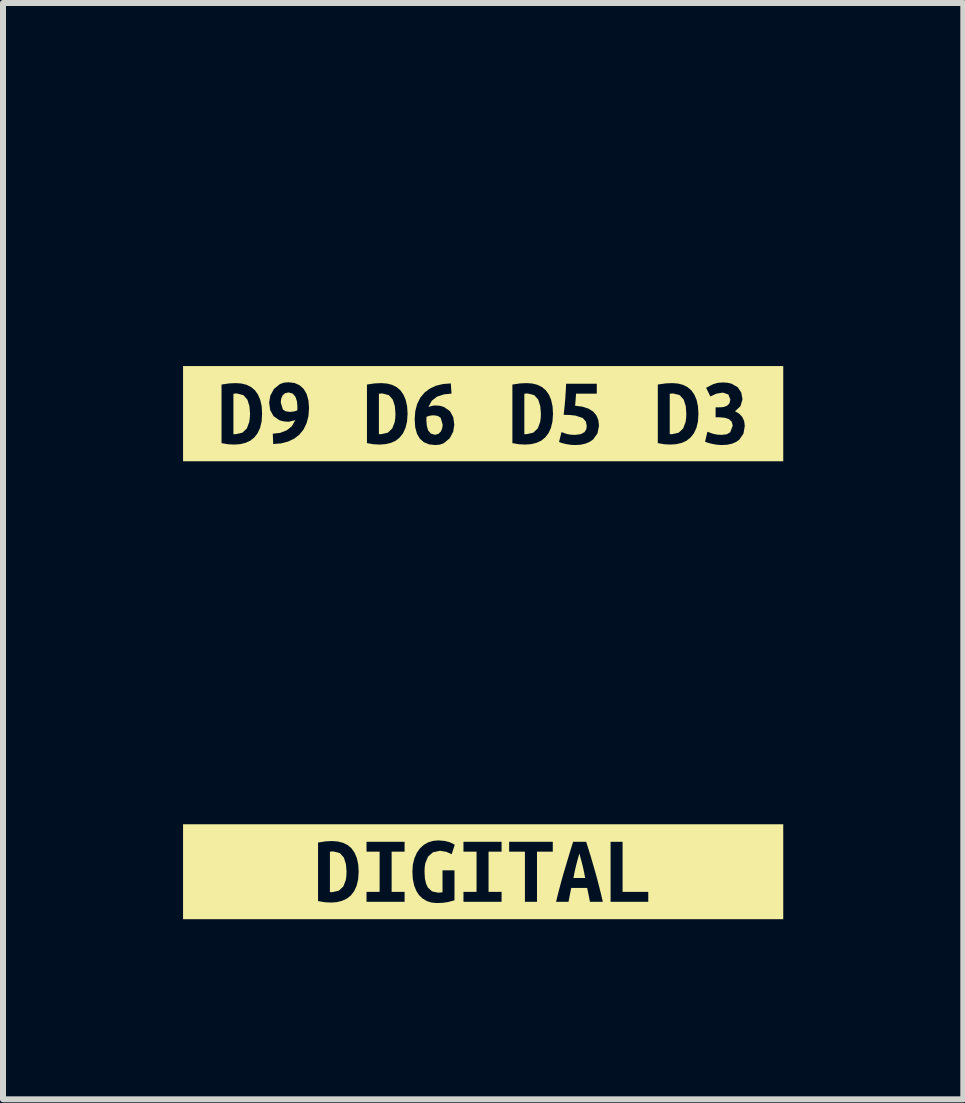
<source format=kicad_pcb>
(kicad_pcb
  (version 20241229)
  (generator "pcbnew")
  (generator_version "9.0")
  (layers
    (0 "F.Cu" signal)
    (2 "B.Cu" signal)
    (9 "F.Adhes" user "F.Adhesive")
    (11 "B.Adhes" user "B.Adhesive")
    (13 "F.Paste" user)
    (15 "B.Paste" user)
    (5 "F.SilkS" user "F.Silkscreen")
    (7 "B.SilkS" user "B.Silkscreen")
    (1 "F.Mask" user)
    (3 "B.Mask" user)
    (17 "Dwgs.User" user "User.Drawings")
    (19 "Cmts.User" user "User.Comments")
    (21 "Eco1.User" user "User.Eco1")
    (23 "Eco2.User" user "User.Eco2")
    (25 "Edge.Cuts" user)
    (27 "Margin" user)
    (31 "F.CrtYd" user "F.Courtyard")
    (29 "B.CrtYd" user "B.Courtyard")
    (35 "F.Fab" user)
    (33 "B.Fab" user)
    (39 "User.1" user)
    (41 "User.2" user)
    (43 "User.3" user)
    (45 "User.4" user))
  (footprint "kibuzzard-67A20238"
    (layer "F.Cu")
    (at 5 11.474)
    (property "Reference" "kibuzzard-67A20238" (at 0 -3.839 0) (layer "F.SilkS") (effects (font (size 0.001 0.001) (thickness 0.15))))
    (attr board_only exclude_from_pos_files exclude_from_bom)
    (fp_poly (pts (xy 1.603 -0.305) (xy 1.573 -0.198) (xy 1.547 -0.098) (xy 1.524 0.002) (xy 1.504 0.105) (xy 1.7 0.105) (xy 1.68 0.002) (xy 1.658 -0.098) (xy 1.632 -0.198) (xy 1.603 -0.305)) (stroke (width 0) (type solid)) (fill yes) (layer "F.SilkS"))
    (fp_poly (pts (xy -2.553 0.339) (xy -2.535 0.341) (xy -2.517 0.341) (xy -2.403 0.315) (xy -2.329 0.244) (xy -2.288 0.137) (xy -2.279 0.071) (xy -2.276 0) (xy -2.286 -0.126) (xy -2.32 -0.234) (xy -2.386 -0.309) (xy -2.494 -0.338) (xy -2.523 -0.337) (xy -2.553 -0.333) (xy -2.553 0.339)) (stroke (width 0) (type solid)) (fill yes) (layer "F.SilkS"))
    (fp_poly (pts (xy -5 -0.791) (xy -5 -0.791) (xy -5 0.791) (xy -5 0.791) (xy -2.538 0.791) (xy -2.538 0.514) (xy -2.642 0.508) (xy -2.751 0.489) (xy -2.751 -0.486) (xy -2.624 -0.506) (xy -2.512 -0.511) (xy -2.418 -0.503) (xy -2.332 -0.481) (xy -2.257 -0.444) (xy -2.194 -0.39) (xy -2.144 -0.319) (xy -2.106 -0.232) (xy -2.082 -0.126) (xy -2.074 0) (xy -2.083 0.129) (xy -2.109 0.237) (xy -2.15 0.325) (xy -2.205 0.396) (xy -2.272 0.449) (xy -2.351 0.485) (xy -2.44 0.507) (xy -2.538 0.514) (xy -2.538 0.791) (xy -1.943 0.791) (xy -1.943 0.501) (xy -1.943 0.336) (xy -1.725 0.336) (xy -1.725 -0.334) (xy -1.943 -0.334) (xy -1.943 -0.499) (xy -1.309 -0.499) (xy -1.309 -0.334) (xy -1.525 -0.334) (xy -1.525 0.336) (xy -1.309 0.336) (xy -1.309 0.501) (xy -1.943 0.501) (xy -1.943 0.791) (xy -0.771 0.791) (xy -0.771 0.522) (xy -0.86 0.514) (xy -0.939 0.489) (xy -1.009 0.447) (xy -1.068 0.39) (xy -1.115 0.317) (xy -1.15 0.227) (xy -1.172 0.121) (xy -1.179 0) (xy -1.171 -0.12) (xy -1.145 -0.225) (xy -1.105 -0.315) (xy -1.053 -0.389) (xy -0.99 -0.447) (xy -0.916 -0.489) (xy -0.834 -0.514) (xy -0.746 -0.522) (xy -0.642 -0.513) (xy -0.562 -0.493) (xy -0.506 -0.468) (xy -0.473 -0.449) (xy -0.525 -0.291) (xy -0.612 -0.331) (xy -0.719 -0.349) (xy -0.838 -0.323) (xy -0.918 -0.251) (xy -0.964 -0.141) (xy -0.974 -0.074) (xy -0.977 0) (xy -0.971 0.109) (xy -0.952 0.197) (xy -0.921 0.264) (xy -0.851 0.328) (xy -0.754 0.349) (xy -0.716 0.347) (xy -0.677 0.342) (xy -0.677 -0.023) (xy -0.478 -0.023) (xy -0.478 0.477) (xy -0.589 0.506) (xy -0.672 0.518) (xy -0.771 0.522) (xy -0.771 0.791) (xy -0.328 0.791) (xy -0.328 0.501) (xy -0.328 0.336) (xy -0.11 0.336) (xy -0.11 -0.334) (xy -0.328 -0.334) (xy -0.328 -0.499) (xy 0.307 -0.499) (xy 0.307 -0.334) (xy 0.09 -0.334) (xy 0.09 0.336) (xy 0.307 0.336) (xy 0.307 0.501) (xy -0.328 0.501) (xy -0.328 0.791) (xy 0.897 0.791) (xy 0.897 0.501) (xy 0.696 0.501) (xy 0.696 -0.334) (xy 0.433 -0.334) (xy 0.433 -0.499) (xy 1.16 -0.499) (xy 1.16 -0.334) (xy 0.897 -0.334) (xy 0.897 0.501) (xy 0.897 0.791) (xy 1.78 0.791) (xy 1.78 0.501) (xy 1.733 0.27) (xy 1.467 0.27) (xy 1.422 0.501) (xy 1.215 0.501) (xy 1.243 0.385) (xy 1.272 0.273) (xy 1.301 0.165) (xy 1.33 0.061) (xy 1.359 -0.038) (xy 1.395 -0.158) (xy 1.43 -0.275) (xy 1.465 -0.389) (xy 1.499 -0.499) (xy 1.716 -0.499) (xy 1.751 -0.388) (xy 1.787 -0.273) (xy 1.822 -0.155) (xy 1.857 -0.033) (xy 1.885 0.067) (xy 1.913 0.171) (xy 1.94 0.277) (xy 1.967 0.387) (xy 1.994 0.501) (xy 1.78 0.501) (xy 1.78 0.791) (xy 2.751 0.791) (xy 2.751 0.501) (xy 2.123 0.501) (xy 2.123 -0.499) (xy 2.323 -0.499) (xy 2.323 0.336) (xy 2.751 0.336) (xy 2.751 0.501) (xy 2.751 0.791) (xy 5 0.791) (xy 5 0.791) (xy 5 -0.791) (xy 5 -0.791) (xy -5 -0.791)) (stroke (width 0) (type solid)) (fill yes) (layer "F.SilkS")))
  (footprint "kibuzzard-67A20214"
    (layer "F.Cu")
    (at 5 3.842)
    (property "Reference" "kibuzzard-67A20214" (at 0 -3.841 0) (layer "F.SilkS") (effects (font (size 0.001 0.001) (thickness 0.15))))
    (attr board_only exclude_from_pos_files exclude_from_bom)
    (fp_poly (pts (xy -4.161 0.341) (xy -4.143 0.342) (xy -4.125 0.342) (xy -4.011 0.317) (xy -3.937 0.246) (xy -3.897 0.138) (xy -3.888 0.073) (xy -3.884 0.002) (xy -3.894 -0.124) (xy -3.928 -0.233) (xy -3.994 -0.308) (xy -4.103 -0.336) (xy -4.132 -0.335) (xy -4.161 -0.331) (xy -4.161 0.341)) (stroke (width 0) (type solid)) (fill yes) (layer "F.SilkS"))
    (fp_poly (pts (xy -1.737 0.341) (xy -1.72 0.342) (xy -1.702 0.342) (xy -1.588 0.317) (xy -1.514 0.246) (xy -1.473 0.138) (xy -1.464 0.073) (xy -1.461 0.002) (xy -1.471 -0.124) (xy -1.505 -0.233) (xy -1.571 -0.308) (xy -1.679 -0.336) (xy -1.708 -0.335) (xy -1.737 -0.331) (xy -1.737 0.341)) (stroke (width 0) (type solid)) (fill yes) (layer "F.SilkS"))
    (fp_poly (pts (xy 0.686 0.341) (xy 0.704 0.342) (xy 0.721 0.342) (xy 0.835 0.317) (xy 0.91 0.246) (xy 0.95 0.138) (xy 0.959 0.073) (xy 0.962 0.002) (xy 0.952 -0.124) (xy 0.918 -0.233) (xy 0.852 -0.308) (xy 0.744 -0.336) (xy 0.715 -0.335) (xy 0.686 -0.331) (xy 0.686 0.341)) (stroke (width 0) (type solid)) (fill yes) (layer "F.SilkS"))
    (fp_poly (pts (xy 3.109 0.341) (xy 3.127 0.342) (xy 3.145 0.342) (xy 3.258 0.317) (xy 3.333 0.246) (xy 3.373 0.138) (xy 3.382 0.073) (xy 3.385 0.002) (xy 3.376 -0.124) (xy 3.342 -0.233) (xy 3.275 -0.308) (xy 3.167 -0.336) (xy 3.138 -0.335) (xy 3.109 -0.331) (xy 3.109 0.341)) (stroke (width 0) (type solid)) (fill yes) (layer "F.SilkS"))
    (fp_poly (pts (xy -3.217 -0.029) (xy -3.153 -0.036) (xy -3.098 -0.053) (xy -3.095 -0.085) (xy -3.095 -0.121) (xy -3.102 -0.203) (xy -3.126 -0.278) (xy -3.171 -0.333) (xy -3.242 -0.354) (xy -3.302 -0.34) (xy -3.342 -0.304) (xy -3.365 -0.25) (xy -3.372 -0.186) (xy -3.337 -0.069) (xy -3.289 -0.039) (xy -3.217 -0.029)) (stroke (width 0) (type solid)) (fill yes) (layer "F.SilkS"))
    (fp_poly (pts (xy -0.826 0.027) (xy -0.889 0.034) (xy -0.943 0.052) (xy -0.945 0.081) (xy -0.946 0.111) (xy -0.939 0.201) (xy -0.917 0.278) (xy -0.872 0.332) (xy -0.802 0.352) (xy -0.744 0.336) (xy -0.704 0.296) (xy -0.682 0.242) (xy -0.674 0.186) (xy -0.708 0.069) (xy -0.755 0.038) (xy -0.826 0.027)) (stroke (width 0) (type solid)) (fill yes) (layer "F.SilkS"))
    (fp_poly (pts (xy -5 -0.793) (xy -5 -0.793) (xy -5 0.793) (xy -5 0.793) (xy -4.146 0.793) (xy -4.146 0.515) (xy -4.25 0.51) (xy -4.359 0.491) (xy -4.359 -0.485) (xy -4.232 -0.504) (xy -4.12 -0.509) (xy -4.026 -0.502) (xy -3.94 -0.48) (xy -3.865 -0.442) (xy -3.802 -0.389) (xy -3.752 -0.318) (xy -3.714 -0.23) (xy -3.69 -0.124) (xy -3.683 0.002) (xy -3.691 0.13) (xy -3.717 0.238) (xy -3.759 0.327) (xy -3.813 0.397) (xy -3.881 0.451) (xy -3.96 0.487) (xy -4.049 0.508) (xy -4.146 0.515) (xy -4.146 0.793) (xy -3.498 0.793) (xy -3.498 0.506) (xy -3.505 0.334) (xy -3.382 0.32) (xy -3.274 0.279) (xy -3.187 0.209) (xy -3.13 0.108) (xy -3.243 0.136) (xy -3.324 0.129) (xy -3.392 0.111) (xy -3.492 0.042) (xy -3.548 -0.059) (xy -3.566 -0.183) (xy -3.546 -0.301) (xy -3.486 -0.411) (xy -3.387 -0.492) (xy -3.322 -0.516) (xy -3.246 -0.523) (xy -3.143 -0.511) (xy -3.058 -0.473) (xy -2.989 -0.41) (xy -2.94 -0.325) (xy -2.911 -0.22) (xy -2.901 -0.095) (xy -2.911 0.042) (xy -2.943 0.162) (xy -2.994 0.266) (xy -3.063 0.351) (xy -3.149 0.417) (xy -3.252 0.466) (xy -3.369 0.496) (xy -3.498 0.506) (xy -3.498 0.793) (xy -1.723 0.793) (xy -1.723 0.515) (xy -1.827 0.51) (xy -1.936 0.491) (xy -1.936 -0.485) (xy -1.809 -0.504) (xy -1.697 -0.509) (xy -1.603 -0.502) (xy -1.517 -0.48) (xy -1.442 -0.442) (xy -1.379 -0.389) (xy -1.329 -0.318) (xy -1.291 -0.23) (xy -1.267 -0.124) (xy -1.259 0.002) (xy -1.268 0.13) (xy -1.294 0.238) (xy -1.335 0.327) (xy -1.39 0.397) (xy -1.457 0.451) (xy -1.536 0.487) (xy -1.625 0.508) (xy -1.723 0.515) (xy -1.723 0.793) (xy -0.797 0.793) (xy -0.797 0.523) (xy -0.9 0.512) (xy -0.986 0.477) (xy -1.053 0.419) (xy -1.102 0.337) (xy -1.132 0.228) (xy -1.141 0.094) (xy -1.131 -0.043) (xy -1.099 -0.163) (xy -1.047 -0.266) (xy -0.977 -0.351) (xy -0.889 -0.417) (xy -0.786 -0.465) (xy -0.668 -0.494) (xy -0.539 -0.504) (xy -0.527 -0.334) (xy -0.653 -0.321) (xy -0.767 -0.284) (xy -0.856 -0.215) (xy -0.912 -0.11) (xy -0.852 -0.13) (xy -0.8 -0.137) (xy -0.72 -0.131) (xy -0.653 -0.111) (xy -0.553 -0.042) (xy -0.498 0.06) (xy -0.481 0.183) (xy -0.499 0.3) (xy -0.557 0.41) (xy -0.655 0.492) (xy -0.721 0.516) (xy -0.797 0.523) (xy -0.797 0.793) (xy 0.7 0.793) (xy 0.7 0.515) (xy 0.596 0.51) (xy 0.487 0.491) (xy 0.487 -0.485) (xy 0.615 -0.504) (xy 0.726 -0.509) (xy 0.82 -0.502) (xy 0.906 -0.48) (xy 0.982 -0.442) (xy 1.044 -0.389) (xy 1.095 -0.318) (xy 1.132 -0.23) (xy 1.156 -0.124) (xy 1.164 0.002) (xy 1.155 0.13) (xy 1.129 0.238) (xy 1.088 0.327) (xy 1.033 0.397) (xy 0.966 0.451) (xy 0.887 0.487) (xy 0.798 0.508) (xy 0.7 0.515) (xy 0.7 0.793) (xy 1.534 0.793) (xy 1.534 0.523) (xy 1.455 0.519) (xy 1.377 0.506) (xy 1.31 0.489) (xy 1.264 0.472) (xy 1.305 0.307) (xy 1.395 0.339) (xy 1.457 0.35) (xy 1.532 0.354) (xy 1.628 0.341) (xy 1.688 0.308) (xy 1.718 0.262) (xy 1.726 0.208) (xy 1.712 0.132) (xy 1.658 0.072) (xy 1.54 0.033) (xy 1.453 0.023) (xy 1.342 0.019) (xy 1.356 -0.115) (xy 1.368 -0.246) (xy 1.376 -0.374) (xy 1.382 -0.498) (xy 1.893 -0.498) (xy 1.893 -0.333) (xy 1.548 -0.333) (xy 1.54 -0.225) (xy 1.532 -0.132) (xy 1.655 -0.116) (xy 1.754 -0.084) (xy 1.831 -0.036) (xy 1.886 0.028) (xy 1.919 0.107) (xy 1.93 0.2) (xy 1.905 0.329) (xy 1.831 0.431) (xy 1.775 0.47) (xy 1.707 0.499) (xy 1.626 0.517) (xy 1.534 0.523) (xy 1.534 0.793) (xy 3.124 0.793) (xy 3.124 0.515) (xy 3.019 0.51) (xy 2.91 0.491) (xy 2.91 -0.485) (xy 3.038 -0.504) (xy 3.149 -0.509) (xy 3.244 -0.502) (xy 3.33 -0.48) (xy 3.405 -0.442) (xy 3.468 -0.389) (xy 3.518 -0.318) (xy 3.556 -0.23) (xy 3.579 -0.124) (xy 3.587 0.002) (xy 3.579 0.13) (xy 3.553 0.238) (xy 3.511 0.327) (xy 3.456 0.397) (xy 3.389 0.451) (xy 3.31 0.487) (xy 3.221 0.508) (xy 3.124 0.515) (xy 3.124 0.793) (xy 3.975 0.793) (xy 3.975 0.523) (xy 3.897 0.518) (xy 3.817 0.504) (xy 3.747 0.486) (xy 3.697 0.468) (xy 3.736 0.302) (xy 3.832 0.336) (xy 3.897 0.349) (xy 3.973 0.354) (xy 4.06 0.343) (xy 4.116 0.31) (xy 4.158 0.202) (xy 4.142 0.135) (xy 4.095 0.091) (xy 4.023 0.068) (xy 3.935 0.06) (xy 3.873 0.06) (xy 3.873 -0.105) (xy 3.947 -0.105) (xy 4.009 -0.111) (xy 4.064 -0.132) (xy 4.103 -0.171) (xy 4.119 -0.233) (xy 4.086 -0.319) (xy 3.994 -0.351) (xy 3.882 -0.332) (xy 3.786 -0.286) (xy 3.715 -0.431) (xy 3.83 -0.49) (xy 3.907 -0.513) (xy 3.993 -0.52) (xy 4.071 -0.515) (xy 4.139 -0.499) (xy 4.242 -0.44) (xy 4.301 -0.351) (xy 4.321 -0.239) (xy 4.287 -0.124) (xy 4.196 -0.04) (xy 4.265 -0.000404) (xy 4.317 0.055) (xy 4.349 0.124) (xy 4.359 0.205) (xy 4.337 0.333) (xy 4.267 0.434) (xy 4.214 0.472) (xy 4.148 0.5) (xy 4.068 0.518) (xy 3.975 0.523) (xy 3.975 0.793) (xy 5 0.793) (xy 5 0.793) (xy 5 -0.793) (xy 5 -0.793) (xy -5 -0.793)) (stroke (width 0) (type solid)) (fill yes) (layer "F.SilkS")))
  (gr_rect
    (start -3 -3)
    (end 13 15.266)
    (stroke (width 0.1) (type default))
    (fill no)
    (layer "Edge.Cuts")))
</source>
